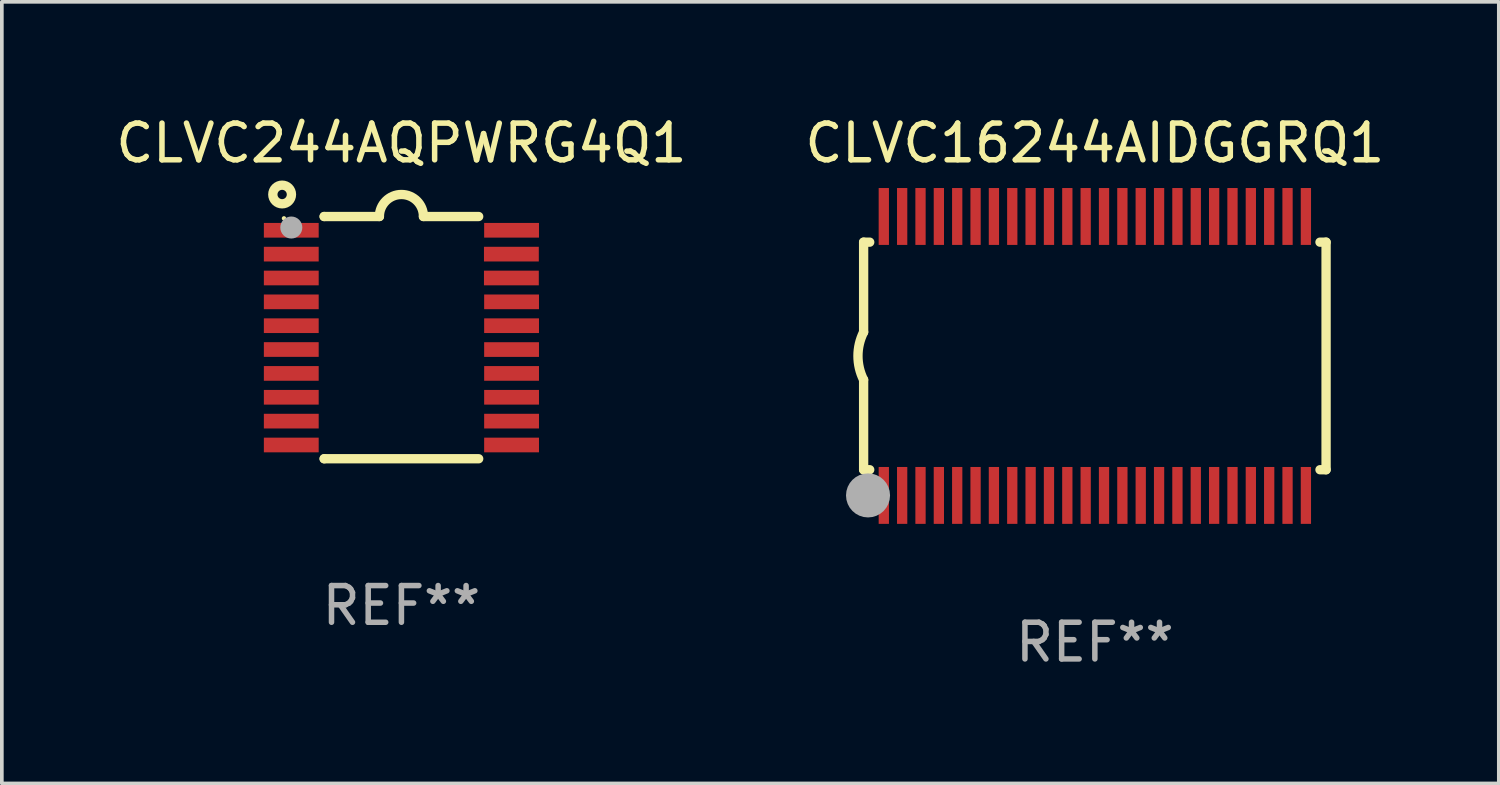
<source format=kicad_pcb>
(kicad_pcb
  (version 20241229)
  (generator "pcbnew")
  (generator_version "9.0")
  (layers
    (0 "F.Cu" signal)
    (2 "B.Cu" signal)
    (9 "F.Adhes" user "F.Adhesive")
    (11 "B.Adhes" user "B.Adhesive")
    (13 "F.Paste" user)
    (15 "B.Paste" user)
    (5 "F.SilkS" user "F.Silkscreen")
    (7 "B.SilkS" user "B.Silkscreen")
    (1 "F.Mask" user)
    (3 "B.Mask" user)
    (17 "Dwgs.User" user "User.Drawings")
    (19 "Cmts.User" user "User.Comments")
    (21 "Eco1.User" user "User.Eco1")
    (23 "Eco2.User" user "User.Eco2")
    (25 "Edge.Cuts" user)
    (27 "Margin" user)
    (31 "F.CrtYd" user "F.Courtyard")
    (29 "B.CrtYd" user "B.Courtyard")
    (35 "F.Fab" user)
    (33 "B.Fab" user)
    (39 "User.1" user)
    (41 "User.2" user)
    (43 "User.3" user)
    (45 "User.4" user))
  (footprint "CLVC244AQPWRG4Q1"
    (layer "F.Cu")
    (at 7.887 6.149)
    (property "Reference" "CLVC244AQPWRG4Q1" (at 0 -5.3 0) (layer "F.SilkS") (effects (font (size 1 1) (thickness 0.15))))
    (attr through_hole)
    (fp_line (start -2.105 -3.3) (end -2.105 -3.3) (stroke (width 0.254) (type solid)) (layer "F.SilkS"))
    (fp_line (start -2.105 -3.3) (end -0.6 -3.3) (stroke (width 0.254) (type solid)) (layer "F.SilkS"))
    (fp_line (start -2.105 3.3) (end -2.105 3.3) (stroke (width 0.254) (type solid)) (layer "F.SilkS"))
    (fp_line (start 0.6 -3.3) (end 2.105 -3.3) (stroke (width 0.254) (type solid)) (layer "F.SilkS"))
    (fp_line (start 2.105 3.3) (end -2.105 3.3) (stroke (width 0.254) (type solid)) (layer "F.SilkS"))
    (fp_arc (start -0.599924 -3.300026) (mid 0.000114 -3.897415) (end 0.600152 -3.300025) (stroke (width 0.254001) (type solid)) (layer "F.SilkS"))
    (fp_circle (center -3.25 -3.9) (end -2.996 -3.9) (stroke (width 0.254) (type solid)) (fill no) (layer "F.SilkS"))
    (fp_circle (center -3.2 -3.25) (end -3.17 -3.25) (stroke (width 0.06) (type solid)) (fill no) (layer "F.SilkS"))
    (fp_circle (center -3 -3) (end -2.85 -3) (stroke (width 0.3) (type solid)) (fill no) (layer "F.Fab"))
    (fp_text user "REF**" (at 0 7.3 0) (layer "F.Fab") (effects (font (size 1 1) (thickness 0.15))))
    (pad "1" smd rect (at -3.001 -2.925 270) (size 0.4 1.494) (layers "F.Cu" "F.Mask" "F.Paste"))
    (pad "2" smd rect (at -3.001 -2.275 270) (size 0.4 1.494) (layers "F.Cu" "F.Mask" "F.Paste"))
    (pad "3" smd rect (at -3.001 -1.625 270) (size 0.4 1.494) (layers "F.Cu" "F.Mask" "F.Paste"))
    (pad "4" smd rect (at -3.001 -0.975 270) (size 0.4 1.494) (layers "F.Cu" "F.Mask" "F.Paste"))
    (pad "5" smd rect (at -3.001 -0.325 270) (size 0.4 1.494) (layers "F.Cu" "F.Mask" "F.Paste"))
    (pad "6" smd rect (at -3.001 0.324 270) (size 0.4 1.494) (layers "F.Cu" "F.Mask" "F.Paste"))
    (pad "7" smd rect (at -3.001 0.975 270) (size 0.4 1.494) (layers "F.Cu" "F.Mask" "F.Paste"))
    (pad "8" smd rect (at -3.001 1.625 270) (size 0.4 1.494) (layers "F.Cu" "F.Mask" "F.Paste"))
    (pad "9" smd rect (at -3.001 2.275 270) (size 0.4 1.494) (layers "F.Cu" "F.Mask" "F.Paste"))
    (pad "10" smd rect (at -3.001 2.925 270) (size 0.4 1.494) (layers "F.Cu" "F.Mask" "F.Paste"))
    (pad "11" smd rect (at 3.001 2.925 270) (size 0.4 1.494) (layers "F.Cu" "F.Mask" "F.Paste"))
    (pad "12" smd rect (at 3.001 2.275 270) (size 0.4 1.494) (layers "F.Cu" "F.Mask" "F.Paste"))
    (pad "13" smd rect (at 3.001 1.625 270) (size 0.4 1.494) (layers "F.Cu" "F.Mask" "F.Paste"))
    (pad "14" smd rect (at 3.001 0.975 270) (size 0.4 1.494) (layers "F.Cu" "F.Mask" "F.Paste"))
    (pad "15" smd rect (at 3.001 0.325 270) (size 0.4 1.494) (layers "F.Cu" "F.Mask" "F.Paste"))
    (pad "16" smd rect (at 3.001 -0.325 270) (size 0.4 1.494) (layers "F.Cu" "F.Mask" "F.Paste"))
    (pad "17" smd rect (at 3.001 -0.975 270) (size 0.4 1.494) (layers "F.Cu" "F.Mask" "F.Paste"))
    (pad "18" smd rect (at 2.996 -1.625 270) (size 0.4 1.494) (layers "F.Cu" "F.Mask" "F.Paste"))
    (pad "19" smd rect (at 2.996 -2.275 270) (size 0.4 1.494) (layers "F.Cu" "F.Mask" "F.Paste"))
    (pad "20" smd rect (at 3.001 -2.925 270) (size 0.4 1.494) (layers "F.Cu" "F.Mask" "F.Paste")))
  (footprint "CLVC16244AIDGGRQ1"
    (layer "F.Cu")
    (at 26.78 6.648)
    (property "Reference" "CLVC16244AIDGGRQ1" (at 0 -5.8 0) (layer "F.SilkS") (effects (font (size 1 1) (thickness 0.15))))
    (attr through_hole)
    (fp_line (start -6.3 -3.1) (end -6.3 -0.65) (stroke (width 0.254) (type solid)) (layer "F.SilkS"))
    (fp_line (start -6.3 -3.1) (end -6.134 -3.1) (stroke (width 0.254) (type solid)) (layer "F.SilkS"))
    (fp_line (start -6.3 3.1) (end -6.3 0.65) (stroke (width 0.254) (type solid)) (layer "F.SilkS"))
    (fp_line (start -6.3 3.1) (end -6.134 3.1) (stroke (width 0.254) (type solid)) (layer "F.SilkS"))
    (fp_line (start 6.134 -3.1) (end 6.3 -3.1) (stroke (width 0.254) (type solid)) (layer "F.SilkS"))
    (fp_line (start 6.134 3.1) (end 6.3 3.1) (stroke (width 0.254) (type solid)) (layer "F.SilkS"))
    (fp_line (start 6.3 -3.1) (end 6.3 3.1) (stroke (width 0.254) (type solid)) (layer "F.SilkS"))
    (fp_arc (start -6.301016 0.650114) (mid -6.45413 -0.000082) (end -6.3 -0.650038) (stroke (width 0.254001) (type solid)) (layer "F.SilkS"))
    (fp_circle (center -6.35 3.81) (end -6.223 3.81) (stroke (width 0.254) (type solid)) (fill no) (layer "F.SilkS"))
    (fp_circle (center -6.25 4.05) (end -6.22 4.05) (stroke (width 0.06) (type solid)) (fill no) (layer "F.SilkS"))
    (fp_circle (center -6.18 3.8) (end -5.88 3.8) (stroke (width 0.6) (type solid)) (fill no) (layer "F.Fab"))
    (fp_text user "REF**" (at 0 7.8 0) (layer "F.Fab") (effects (font (size 1 1) (thickness 0.15))))
    (pad "1" smd rect (at -5.75 3.8) (size 0.28 1.55) (layers "F.Cu" "F.Mask" "F.Paste"))
    (pad "2" smd rect (at -5.25 3.8) (size 0.28 1.55) (layers "F.Cu" "F.Mask" "F.Paste"))
    (pad "3" smd rect (at -4.75 3.8) (size 0.28 1.55) (layers "F.Cu" "F.Mask" "F.Paste"))
    (pad "4" smd rect (at -4.25 3.8) (size 0.28 1.55) (layers "F.Cu" "F.Mask" "F.Paste"))
    (pad "5" smd rect (at -3.75 3.8) (size 0.28 1.55) (layers "F.Cu" "F.Mask" "F.Paste"))
    (pad "6" smd rect (at -3.25 3.8) (size 0.28 1.55) (layers "F.Cu" "F.Mask" "F.Paste"))
    (pad "7" smd rect (at -2.75 3.8) (size 0.28 1.55) (layers "F.Cu" "F.Mask" "F.Paste"))
    (pad "8" smd rect (at -2.25 3.8) (size 0.28 1.55) (layers "F.Cu" "F.Mask" "F.Paste"))
    (pad "9" smd rect (at -1.75 3.8) (size 0.28 1.55) (layers "F.Cu" "F.Mask" "F.Paste"))
    (pad "10" smd rect (at -1.25 3.8) (size 0.28 1.55) (layers "F.Cu" "F.Mask" "F.Paste"))
    (pad "11" smd rect (at -0.75 3.8) (size 0.28 1.55) (layers "F.Cu" "F.Mask" "F.Paste"))
    (pad "12" smd rect (at -0.25 3.8) (size 0.28 1.55) (layers "F.Cu" "F.Mask" "F.Paste"))
    (pad "13" smd rect (at 0.25 3.8) (size 0.28 1.55) (layers "F.Cu" "F.Mask" "F.Paste"))
    (pad "14" smd rect (at 0.75 3.8) (size 0.28 1.55) (layers "F.Cu" "F.Mask" "F.Paste"))
    (pad "15" smd rect (at 1.25 3.8) (size 0.28 1.55) (layers "F.Cu" "F.Mask" "F.Paste"))
    (pad "16" smd rect (at 1.75 3.8) (size 0.28 1.55) (layers "F.Cu" "F.Mask" "F.Paste"))
    (pad "17" smd rect (at 2.25 3.8) (size 0.28 1.55) (layers "F.Cu" "F.Mask" "F.Paste"))
    (pad "18" smd rect (at 2.75 3.8) (size 0.28 1.55) (layers "F.Cu" "F.Mask" "F.Paste"))
    (pad "19" smd rect (at 3.25 3.8) (size 0.28 1.55) (layers "F.Cu" "F.Mask" "F.Paste"))
    (pad "20" smd rect (at 3.75 3.8) (size 0.28 1.55) (layers "F.Cu" "F.Mask" "F.Paste"))
    (pad "21" smd rect (at 4.25 3.8) (size 0.28 1.55) (layers "F.Cu" "F.Mask" "F.Paste"))
    (pad "22" smd rect (at 4.75 3.8) (size 0.28 1.55) (layers "F.Cu" "F.Mask" "F.Paste"))
    (pad "23" smd rect (at 5.25 3.8) (size 0.28 1.55) (layers "F.Cu" "F.Mask" "F.Paste"))
    (pad "24" smd rect (at 5.75 3.8) (size 0.28 1.55) (layers "F.Cu" "F.Mask" "F.Paste"))
    (pad "25" smd rect (at 5.75 -3.8) (size 0.28 1.55) (layers "F.Cu" "F.Mask" "F.Paste"))
    (pad "26" smd rect (at 5.25 -3.8) (size 0.28 1.55) (layers "F.Cu" "F.Mask" "F.Paste"))
    (pad "27" smd rect (at 4.75 -3.8) (size 0.28 1.55) (layers "F.Cu" "F.Mask" "F.Paste"))
    (pad "28" smd rect (at 4.25 -3.8) (size 0.28 1.55) (layers "F.Cu" "F.Mask" "F.Paste"))
    (pad "29" smd rect (at 3.75 -3.8) (size 0.28 1.55) (layers "F.Cu" "F.Mask" "F.Paste"))
    (pad "30" smd rect (at 3.25 -3.8) (size 0.28 1.55) (layers "F.Cu" "F.Mask" "F.Paste"))
    (pad "31" smd rect (at 2.75 -3.8) (size 0.28 1.55) (layers "F.Cu" "F.Mask" "F.Paste"))
    (pad "32" smd rect (at 2.25 -3.8) (size 0.28 1.55) (layers "F.Cu" "F.Mask" "F.Paste"))
    (pad "33" smd rect (at 1.75 -3.8) (size 0.28 1.55) (layers "F.Cu" "F.Mask" "F.Paste"))
    (pad "34" smd rect (at 1.25 -3.8) (size 0.28 1.55) (layers "F.Cu" "F.Mask" "F.Paste"))
    (pad "35" smd rect (at 0.75 -3.8) (size 0.28 1.55) (layers "F.Cu" "F.Mask" "F.Paste"))
    (pad "36" smd rect (at 0.25 -3.8) (size 0.28 1.55) (layers "F.Cu" "F.Mask" "F.Paste"))
    (pad "37" smd rect (at -0.25 -3.8) (size 0.28 1.55) (layers "F.Cu" "F.Mask" "F.Paste"))
    (pad "38" smd rect (at -0.75 -3.8) (size 0.28 1.55) (layers "F.Cu" "F.Mask" "F.Paste"))
    (pad "39" smd rect (at -1.25 -3.8) (size 0.28 1.55) (layers "F.Cu" "F.Mask" "F.Paste"))
    (pad "40" smd rect (at -1.75 -3.8) (size 0.28 1.55) (layers "F.Cu" "F.Mask" "F.Paste"))
    (pad "41" smd rect (at -2.25 -3.8) (size 0.28 1.55) (layers "F.Cu" "F.Mask" "F.Paste"))
    (pad "42" smd rect (at -2.75 -3.8) (size 0.28 1.55) (layers "F.Cu" "F.Mask" "F.Paste"))
    (pad "43" smd rect (at -3.25 -3.8) (size 0.28 1.55) (layers "F.Cu" "F.Mask" "F.Paste"))
    (pad "44" smd rect (at -3.75 -3.8) (size 0.28 1.55) (layers "F.Cu" "F.Mask" "F.Paste"))
    (pad "45" smd rect (at -4.25 -3.8) (size 0.28 1.55) (layers "F.Cu" "F.Mask" "F.Paste"))
    (pad "46" smd rect (at -4.75 -3.8) (size 0.28 1.55) (layers "F.Cu" "F.Mask" "F.Paste"))
    (pad "47" smd rect (at -5.25 -3.8) (size 0.28 1.55) (layers "F.Cu" "F.Mask" "F.Paste"))
    (pad "48" smd rect (at -5.75 -3.8) (size 0.28 1.55) (layers "F.Cu" "F.Mask" "F.Paste")))
  (gr_rect
    (start -3 -3)
    (end 37.786 18.296)
    (stroke (width 0.1) (type default))
    (fill no)
    (layer "Edge.Cuts")))
</source>
